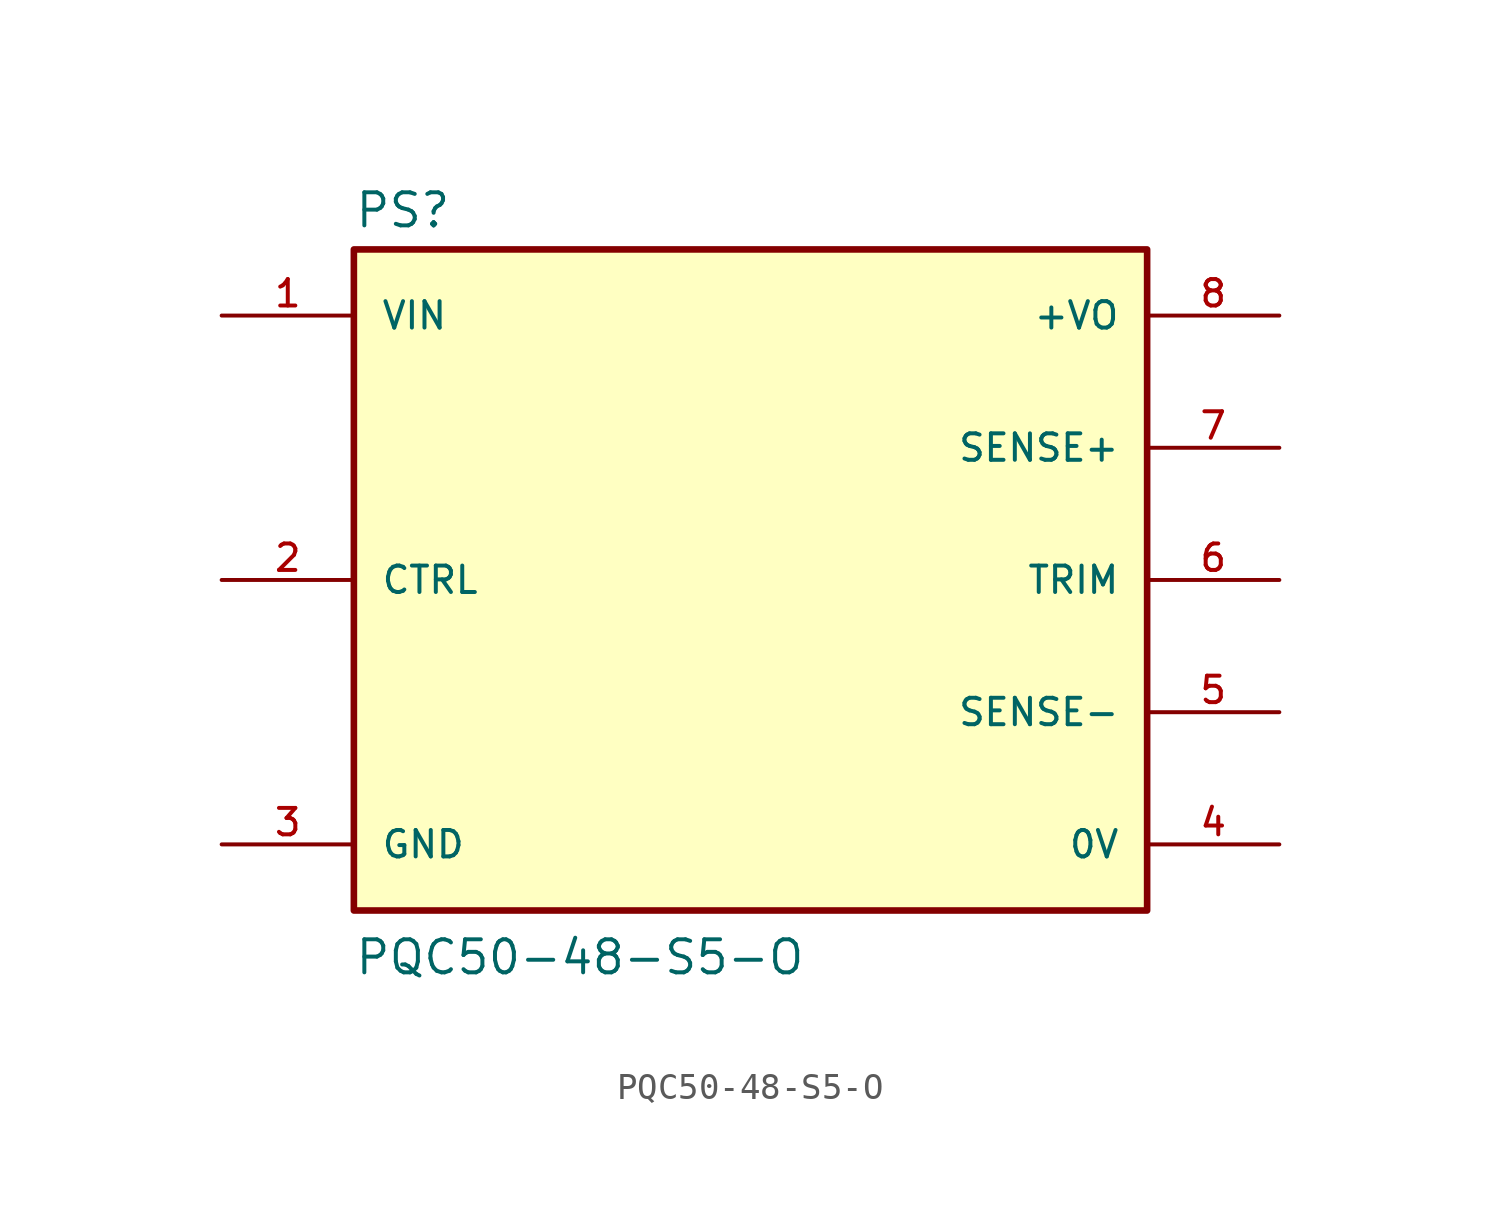
<source format=kicad_sym>
(kicad_symbol_lib
  (version 20211014)
  (generator kicad_symbol_editor)
  (symbol "PQC50-48-S5-O"
    (pin_names
      (offset 1.016))
    (property "Reference" "PS"
      (at -15.24 13.462 0)
      (effects (font (size 1.27 1.27)) (justify bottom left)))
    (property "Value" "PQC50-48-S5-O"
      (at -15.24 -15.24 0)
      (effects (font (size 1.27 1.27)) (justify bottom left)))
    (symbol "PQC50-48-S5-O_0_0"
      (rectangle (start -15.24 -12.7) (end 15.24 12.7) (stroke (width 0.254)) (fill (type background)))
      (pin input line (at -20.32 10.16 0) (length 5.08) (name "VIN" (effects (font (size 1.016 1.016)))) (number "1" (effects (font (size 1.016 1.016)))))
      (pin input line (at -20.32 0.0 0) (length 5.08) (name "CTRL" (effects (font (size 1.016 1.016)))) (number "2" (effects (font (size 1.016 1.016)))))
      (pin power_in line (at -20.32 -10.16 0) (length 5.08) (name "GND" (effects (font (size 1.016 1.016)))) (number "3" (effects (font (size 1.016 1.016)))))
      (pin power_in line (at 20.32 -10.16 180.0) (length 5.08) (name "0V" (effects (font (size 1.016 1.016)))) (number "4" (effects (font (size 1.016 1.016)))))
      (pin power_in line (at 20.32 10.16 180.0) (length 5.08) (name "+VO" (effects (font (size 1.016 1.016)))) (number "8" (effects (font (size 1.016 1.016)))))
      (pin passive line (at 20.32 0.0 180.0) (length 5.08) (name "TRIM" (effects (font (size 1.016 1.016)))) (number "6" (effects (font (size 1.016 1.016)))))
      (pin passive line (at 20.32 5.08 180.0) (length 5.08) (name "SENSE+" (effects (font (size 1.016 1.016)))) (number "7" (effects (font (size 1.016 1.016)))))
      (pin passive line (at 20.32 -5.08 180.0) (length 5.08) (name "SENSE-" (effects (font (size 1.016 1.016)))) (number "5" (effects (font (size 1.016 1.016))))))))
</source>
